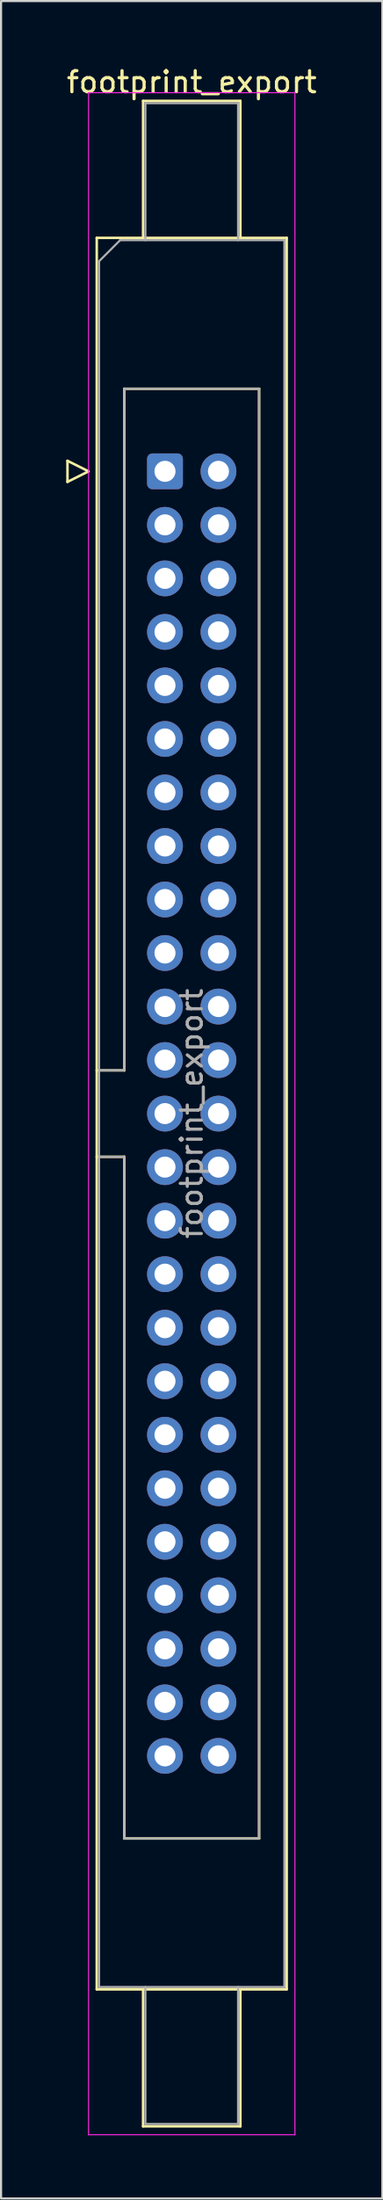
<source format=kicad_pcb>
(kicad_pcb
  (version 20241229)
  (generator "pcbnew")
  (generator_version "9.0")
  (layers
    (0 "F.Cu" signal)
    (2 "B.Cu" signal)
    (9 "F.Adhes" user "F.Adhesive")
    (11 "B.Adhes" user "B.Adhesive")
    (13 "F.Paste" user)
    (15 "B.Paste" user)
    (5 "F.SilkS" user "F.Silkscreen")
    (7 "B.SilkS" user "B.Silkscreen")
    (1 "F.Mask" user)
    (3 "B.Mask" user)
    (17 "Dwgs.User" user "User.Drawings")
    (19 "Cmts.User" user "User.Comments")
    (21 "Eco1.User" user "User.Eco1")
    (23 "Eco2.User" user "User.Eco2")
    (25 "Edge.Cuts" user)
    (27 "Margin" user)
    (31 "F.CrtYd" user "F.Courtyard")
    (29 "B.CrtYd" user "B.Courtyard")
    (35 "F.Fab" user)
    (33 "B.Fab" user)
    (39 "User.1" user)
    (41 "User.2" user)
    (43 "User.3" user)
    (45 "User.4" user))
  (footprint "footprint_export"
    (layer "F.Cu")
    (at 4.784 19.318)
    (property "Reference" "footprint_export" (at 1.27 -18.47 0) (layer "F.SilkS") (effects (font (size 1 1) (thickness 0.15))))
    (attr through_hole)
    (fp_line (start -4.63 -0.5) (end -4.63 0.5) (stroke (width 0.12) (type solid)) (layer "F.SilkS"))
    (fp_line (start -4.63 0.5) (end -3.63 0) (stroke (width 0.12) (type solid)) (layer "F.SilkS"))
    (fp_line (start -3.63 0) (end -4.63 -0.5) (stroke (width 0.12) (type solid)) (layer "F.SilkS"))
    (fp_line (start -3.24 -11.08) (end 5.78 -11.08) (stroke (width 0.12) (type solid)) (layer "F.SilkS"))
    (fp_line (start -3.24 28.43) (end -1.93 28.43) (stroke (width 0.12) (type solid)) (layer "F.SilkS"))
    (fp_line (start -3.24 72.04) (end -3.24 -11.08) (stroke (width 0.12) (type solid)) (layer "F.SilkS"))
    (fp_line (start -1.93 -3.92) (end 4.47 -3.92) (stroke (width 0.12) (type solid)) (layer "F.SilkS"))
    (fp_line (start -1.93 28.43) (end -1.93 -3.92) (stroke (width 0.12) (type solid)) (layer "F.SilkS"))
    (fp_line (start -1.93 32.53) (end -3.24 32.53) (stroke (width 0.12) (type solid)) (layer "F.SilkS"))
    (fp_line (start -1.93 32.53) (end -1.93 32.53) (stroke (width 0.12) (type solid)) (layer "F.SilkS"))
    (fp_line (start -1.93 64.88) (end -1.93 32.53) (stroke (width 0.12) (type solid)) (layer "F.SilkS"))
    (fp_line (start -1.04 -17.58) (end 3.58 -17.58) (stroke (width 0.12) (type solid)) (layer "F.SilkS"))
    (fp_line (start -1.04 -11.08) (end -1.04 -17.58) (stroke (width 0.12) (type solid)) (layer "F.SilkS"))
    (fp_line (start -1.04 72.04) (end -1.04 78.54) (stroke (width 0.12) (type solid)) (layer "F.SilkS"))
    (fp_line (start -1.04 78.54) (end 3.58 78.54) (stroke (width 0.12) (type solid)) (layer "F.SilkS"))
    (fp_line (start 3.58 -17.58) (end 3.58 -11.08) (stroke (width 0.12) (type solid)) (layer "F.SilkS"))
    (fp_line (start 3.58 78.54) (end 3.58 72.04) (stroke (width 0.12) (type solid)) (layer "F.SilkS"))
    (fp_line (start 4.47 -3.92) (end 4.47 64.88) (stroke (width 0.12) (type solid)) (layer "F.SilkS"))
    (fp_line (start 4.47 64.88) (end -1.93 64.88) (stroke (width 0.12) (type solid)) (layer "F.SilkS"))
    (fp_line (start 5.78 -11.08) (end 5.78 72.04) (stroke (width 0.12) (type solid)) (layer "F.SilkS"))
    (fp_line (start 5.78 72.04) (end -3.24 72.04) (stroke (width 0.12) (type solid)) (layer "F.SilkS"))
    (fp_line (start -3.63 -17.97) (end -3.63 78.94) (stroke (width 0.05) (type solid)) (layer "F.CrtYd"))
    (fp_line (start -3.63 78.94) (end 6.17 78.94) (stroke (width 0.05) (type solid)) (layer "F.CrtYd"))
    (fp_line (start 6.17 -17.97) (end -3.63 -17.97) (stroke (width 0.05) (type solid)) (layer "F.CrtYd"))
    (fp_line (start 6.17 78.94) (end 6.17 -17.97) (stroke (width 0.05) (type solid)) (layer "F.CrtYd"))
    (fp_line (start -3.13 -9.97) (end -2.13 -10.97) (stroke (width 0.1) (type solid)) (layer "F.Fab"))
    (fp_line (start -3.13 28.43) (end -1.93 28.43) (stroke (width 0.1) (type solid)) (layer "F.Fab"))
    (fp_line (start -3.13 71.93) (end -3.13 -9.97) (stroke (width 0.1) (type solid)) (layer "F.Fab"))
    (fp_line (start -2.13 -10.97) (end 5.67 -10.97) (stroke (width 0.1) (type solid)) (layer "F.Fab"))
    (fp_line (start -1.93 -3.92) (end 4.47 -3.92) (stroke (width 0.1) (type solid)) (layer "F.Fab"))
    (fp_line (start -1.93 28.43) (end -1.93 -3.92) (stroke (width 0.1) (type solid)) (layer "F.Fab"))
    (fp_line (start -1.93 32.53) (end -3.13 32.53) (stroke (width 0.1) (type solid)) (layer "F.Fab"))
    (fp_line (start -1.93 32.53) (end -1.93 32.53) (stroke (width 0.1) (type solid)) (layer "F.Fab"))
    (fp_line (start -1.93 64.88) (end -1.93 32.53) (stroke (width 0.1) (type solid)) (layer "F.Fab"))
    (fp_line (start -0.93 -17.47) (end 3.47 -17.47) (stroke (width 0.1) (type solid)) (layer "F.Fab"))
    (fp_line (start -0.93 -10.97) (end -0.93 -17.47) (stroke (width 0.1) (type solid)) (layer "F.Fab"))
    (fp_line (start -0.93 71.93) (end -0.93 78.43) (stroke (width 0.1) (type solid)) (layer "F.Fab"))
    (fp_line (start -0.93 78.43) (end 3.47 78.43) (stroke (width 0.1) (type solid)) (layer "F.Fab"))
    (fp_line (start 3.47 -17.47) (end 3.47 -10.97) (stroke (width 0.1) (type solid)) (layer "F.Fab"))
    (fp_line (start 3.47 78.43) (end 3.47 71.93) (stroke (width 0.1) (type solid)) (layer "F.Fab"))
    (fp_line (start 4.47 -3.92) (end 4.47 64.88) (stroke (width 0.1) (type solid)) (layer "F.Fab"))
    (fp_line (start 4.47 64.88) (end -1.93 64.88) (stroke (width 0.1) (type solid)) (layer "F.Fab"))
    (fp_line (start 5.67 -10.97) (end 5.67 71.93) (stroke (width 0.1) (type solid)) (layer "F.Fab"))
    (fp_line (start 5.67 71.93) (end -3.13 71.93) (stroke (width 0.1) (type solid)) (layer "F.Fab"))
    (fp_text user "${REFERENCE}" (at 1.27 30.48 90) (layer "F.Fab") (effects (font (size 1 1) (thickness 0.15))))
    (pad "1" thru_hole roundrect (at 0 0) (size 1.7 1.7) (drill 1) (layers "*.Cu" "*.Mask") (roundrect_rratio 0.147))
    (pad "2" thru_hole circle (at 2.54 0) (size 1.7 1.7) (drill 1) (layers "*.Cu" "*.Mask"))
    (pad "3" thru_hole circle (at 0 2.54) (size 1.7 1.7) (drill 1) (layers "*.Cu" "*.Mask"))
    (pad "4" thru_hole circle (at 2.54 2.54) (size 1.7 1.7) (drill 1) (layers "*.Cu" "*.Mask"))
    (pad "5" thru_hole circle (at 0 5.08) (size 1.7 1.7) (drill 1) (layers "*.Cu" "*.Mask"))
    (pad "6" thru_hole circle (at 2.54 5.08) (size 1.7 1.7) (drill 1) (layers "*.Cu" "*.Mask"))
    (pad "7" thru_hole circle (at 0 7.62) (size 1.7 1.7) (drill 1) (layers "*.Cu" "*.Mask"))
    (pad "8" thru_hole circle (at 2.54 7.62) (size 1.7 1.7) (drill 1) (layers "*.Cu" "*.Mask"))
    (pad "9" thru_hole circle (at 0 10.16) (size 1.7 1.7) (drill 1) (layers "*.Cu" "*.Mask"))
    (pad "10" thru_hole circle (at 2.54 10.16) (size 1.7 1.7) (drill 1) (layers "*.Cu" "*.Mask"))
    (pad "11" thru_hole circle (at 0 12.7) (size 1.7 1.7) (drill 1) (layers "*.Cu" "*.Mask"))
    (pad "12" thru_hole circle (at 2.54 12.7) (size 1.7 1.7) (drill 1) (layers "*.Cu" "*.Mask"))
    (pad "13" thru_hole circle (at 0 15.24) (size 1.7 1.7) (drill 1) (layers "*.Cu" "*.Mask"))
    (pad "14" thru_hole circle (at 2.54 15.24) (size 1.7 1.7) (drill 1) (layers "*.Cu" "*.Mask"))
    (pad "15" thru_hole circle (at 0 17.78) (size 1.7 1.7) (drill 1) (layers "*.Cu" "*.Mask"))
    (pad "16" thru_hole circle (at 2.54 17.78) (size 1.7 1.7) (drill 1) (layers "*.Cu" "*.Mask"))
    (pad "17" thru_hole circle (at 0 20.32) (size 1.7 1.7) (drill 1) (layers "*.Cu" "*.Mask"))
    (pad "18" thru_hole circle (at 2.54 20.32) (size 1.7 1.7) (drill 1) (layers "*.Cu" "*.Mask"))
    (pad "19" thru_hole circle (at 0 22.86) (size 1.7 1.7) (drill 1) (layers "*.Cu" "*.Mask"))
    (pad "20" thru_hole circle (at 2.54 22.86) (size 1.7 1.7) (drill 1) (layers "*.Cu" "*.Mask"))
    (pad "21" thru_hole circle (at 0 25.4) (size 1.7 1.7) (drill 1) (layers "*.Cu" "*.Mask"))
    (pad "22" thru_hole circle (at 2.54 25.4) (size 1.7 1.7) (drill 1) (layers "*.Cu" "*.Mask"))
    (pad "23" thru_hole circle (at 0 27.94) (size 1.7 1.7) (drill 1) (layers "*.Cu" "*.Mask"))
    (pad "24" thru_hole circle (at 2.54 27.94) (size 1.7 1.7) (drill 1) (layers "*.Cu" "*.Mask"))
    (pad "25" thru_hole circle (at 0 30.48) (size 1.7 1.7) (drill 1) (layers "*.Cu" "*.Mask"))
    (pad "26" thru_hole circle (at 2.54 30.48) (size 1.7 1.7) (drill 1) (layers "*.Cu" "*.Mask"))
    (pad "27" thru_hole circle (at 0 33.02) (size 1.7 1.7) (drill 1) (layers "*.Cu" "*.Mask"))
    (pad "28" thru_hole circle (at 2.54 33.02) (size 1.7 1.7) (drill 1) (layers "*.Cu" "*.Mask"))
    (pad "29" thru_hole circle (at 0 35.56) (size 1.7 1.7) (drill 1) (layers "*.Cu" "*.Mask"))
    (pad "30" thru_hole circle (at 2.54 35.56) (size 1.7 1.7) (drill 1) (layers "*.Cu" "*.Mask"))
    (pad "31" thru_hole circle (at 0 38.1) (size 1.7 1.7) (drill 1) (layers "*.Cu" "*.Mask"))
    (pad "32" thru_hole circle (at 2.54 38.1) (size 1.7 1.7) (drill 1) (layers "*.Cu" "*.Mask"))
    (pad "33" thru_hole circle (at 0 40.64) (size 1.7 1.7) (drill 1) (layers "*.Cu" "*.Mask"))
    (pad "34" thru_hole circle (at 2.54 40.64) (size 1.7 1.7) (drill 1) (layers "*.Cu" "*.Mask"))
    (pad "35" thru_hole circle (at 0 43.18) (size 1.7 1.7) (drill 1) (layers "*.Cu" "*.Mask"))
    (pad "36" thru_hole circle (at 2.54 43.18) (size 1.7 1.7) (drill 1) (layers "*.Cu" "*.Mask"))
    (pad "37" thru_hole circle (at 0 45.72) (size 1.7 1.7) (drill 1) (layers "*.Cu" "*.Mask"))
    (pad "38" thru_hole circle (at 2.54 45.72) (size 1.7 1.7) (drill 1) (layers "*.Cu" "*.Mask"))
    (pad "39" thru_hole circle (at 0 48.26) (size 1.7 1.7) (drill 1) (layers "*.Cu" "*.Mask"))
    (pad "40" thru_hole circle (at 2.54 48.26) (size 1.7 1.7) (drill 1) (layers "*.Cu" "*.Mask"))
    (pad "41" thru_hole circle (at 0 50.8) (size 1.7 1.7) (drill 1) (layers "*.Cu" "*.Mask"))
    (pad "42" thru_hole circle (at 2.54 50.8) (size 1.7 1.7) (drill 1) (layers "*.Cu" "*.Mask"))
    (pad "43" thru_hole circle (at 0 53.34) (size 1.7 1.7) (drill 1) (layers "*.Cu" "*.Mask"))
    (pad "44" thru_hole circle (at 2.54 53.34) (size 1.7 1.7) (drill 1) (layers "*.Cu" "*.Mask"))
    (pad "45" thru_hole circle (at 0 55.88) (size 1.7 1.7) (drill 1) (layers "*.Cu" "*.Mask"))
    (pad "46" thru_hole circle (at 2.54 55.88) (size 1.7 1.7) (drill 1) (layers "*.Cu" "*.Mask"))
    (pad "47" thru_hole circle (at 0 58.42) (size 1.7 1.7) (drill 1) (layers "*.Cu" "*.Mask"))
    (pad "48" thru_hole circle (at 2.54 58.42) (size 1.7 1.7) (drill 1) (layers "*.Cu" "*.Mask"))
    (pad "49" thru_hole circle (at 0 60.96) (size 1.7 1.7) (drill 1) (layers "*.Cu" "*.Mask"))
    (pad "50" thru_hole circle (at 2.54 60.96) (size 1.7 1.7) (drill 1) (layers "*.Cu" "*.Mask")))
  (gr_rect
    (start -3 -3)
    (end 15.107 101.283)
    (stroke (width 0.1) (type default))
    (fill no)
    (layer "Edge.Cuts")))
</source>
